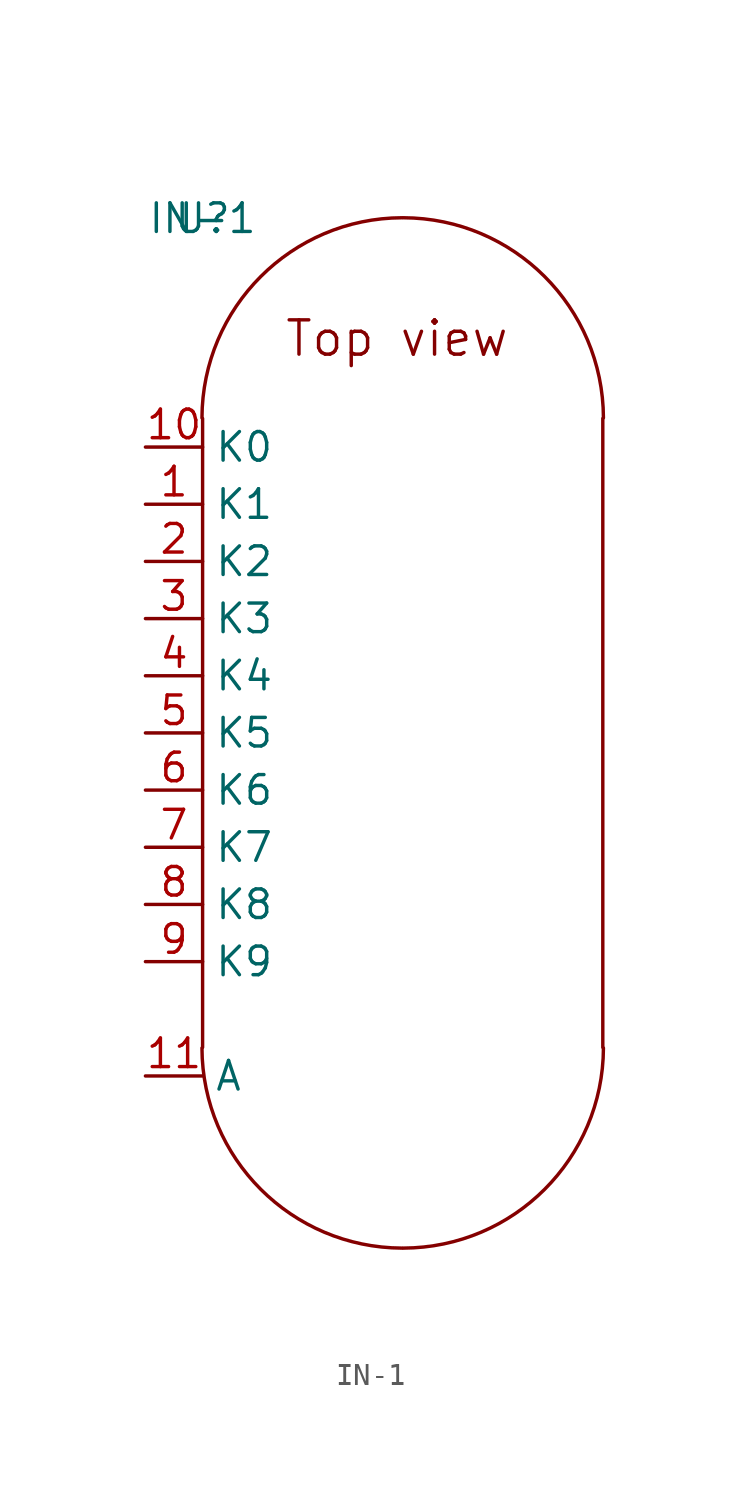
<source format=kicad_sym>
(kicad_symbol_lib
  (version 20231120)
  (generator "kicad_symbol_editor")
  (generator_version "8.0")
  (symbol "IN-1"
    (property "Reference" "U"
      (at 0 0 0)
      (effects (font (size 1.27 1.27))))
    (property "Value" "IN-1"
      (at 0 0 0)
      (effects (font (size 1.27 1.27))))
    (symbol "IN-1_0_1"
      (arc (start -0.0281 -36.8581) (mid 2.5839 -43.136) (end 8.8619 -45.7481) (stroke (width 0.1524) (type default)) (fill (type none)))
      (polyline (pts (xy 0 -8.89) (xy 0 -36.83)) (stroke (width 0.152) (type default)) (fill (type none)))
      (polyline (pts (xy 17.78 -8.89) (xy 17.78 -36.83)) (stroke (width 0.152) (type default)) (fill (type none)))
      (arc (start 8.8619 0.0281) (mid 2.5839 -2.5839) (end -0.0281 -8.8619) (stroke (width 0.1524) (type default)) (fill (type none)))
      (arc (start 8.9181 -45.7481) (mid 15.1961 -43.1361) (end 17.8081 -36.8581) (stroke (width 0.1524) (type default)) (fill (type none)))
      (arc (start 17.8081 -8.8619) (mid 15.1961 -2.5839) (end 8.9181 0.0281) (stroke (width 0.1524) (type default)) (fill (type none))))
    (symbol "IN-1_1_0"
      (text "Top view" (at 8.636 -5.334 0) (effects (font (size 1.524 1.524))))
      (pin passive line (at -2.54 -12.7 0) (length 2.54) (name "K1" (effects (font (size 1.27 1.27)))) (number "1" (effects (font (size 1.27 1.27)))))
      (pin passive line (at -2.54 -38.1 0) (length 2.54) (name "A" (effects (font (size 1.27 1.27)))) (number "11" (effects (font (size 1.27 1.27)))))
      (pin passive line (at -2.54 -15.24 0) (length 2.54) (name "K2" (effects (font (size 1.27 1.27)))) (number "2" (effects (font (size 1.27 1.27)))))
      (pin passive line (at -2.54 -17.78 0) (length 2.54) (name "K3" (effects (font (size 1.27 1.27)))) (number "3" (effects (font (size 1.27 1.27)))))
      (pin passive line (at -2.54 -20.32 0) (length 2.54) (name "K4" (effects (font (size 1.27 1.27)))) (number "4" (effects (font (size 1.27 1.27)))))
      (pin passive line (at -2.54 -22.86 0) (length 2.54) (name "K5" (effects (font (size 1.27 1.27)))) (number "5" (effects (font (size 1.27 1.27)))))
      (pin passive line (at -2.54 -25.4 0) (length 2.54) (name "K6" (effects (font (size 1.27 1.27)))) (number "6" (effects (font (size 1.27 1.27)))))
      (pin passive line (at -2.54 -27.94 0) (length 2.54) (name "K7" (effects (font (size 1.27 1.27)))) (number "7" (effects (font (size 1.27 1.27)))))
      (pin passive line (at -2.54 -30.48 0) (length 2.54) (name "K8" (effects (font (size 1.27 1.27)))) (number "8" (effects (font (size 1.27 1.27)))))
      (pin passive line (at -2.54 -33.02 0) (length 2.54) (name "K9" (effects (font (size 1.27 1.27)))) (number "9" (effects (font (size 1.27 1.27))))))
    (symbol "IN-1_1_1"
      (pin passive line (at -2.54 -10.16 0) (length 2.54) (name "K0" (effects (font (size 1.27 1.27)))) (number "10" (effects (font (size 1.27 1.27))))))))
</source>
